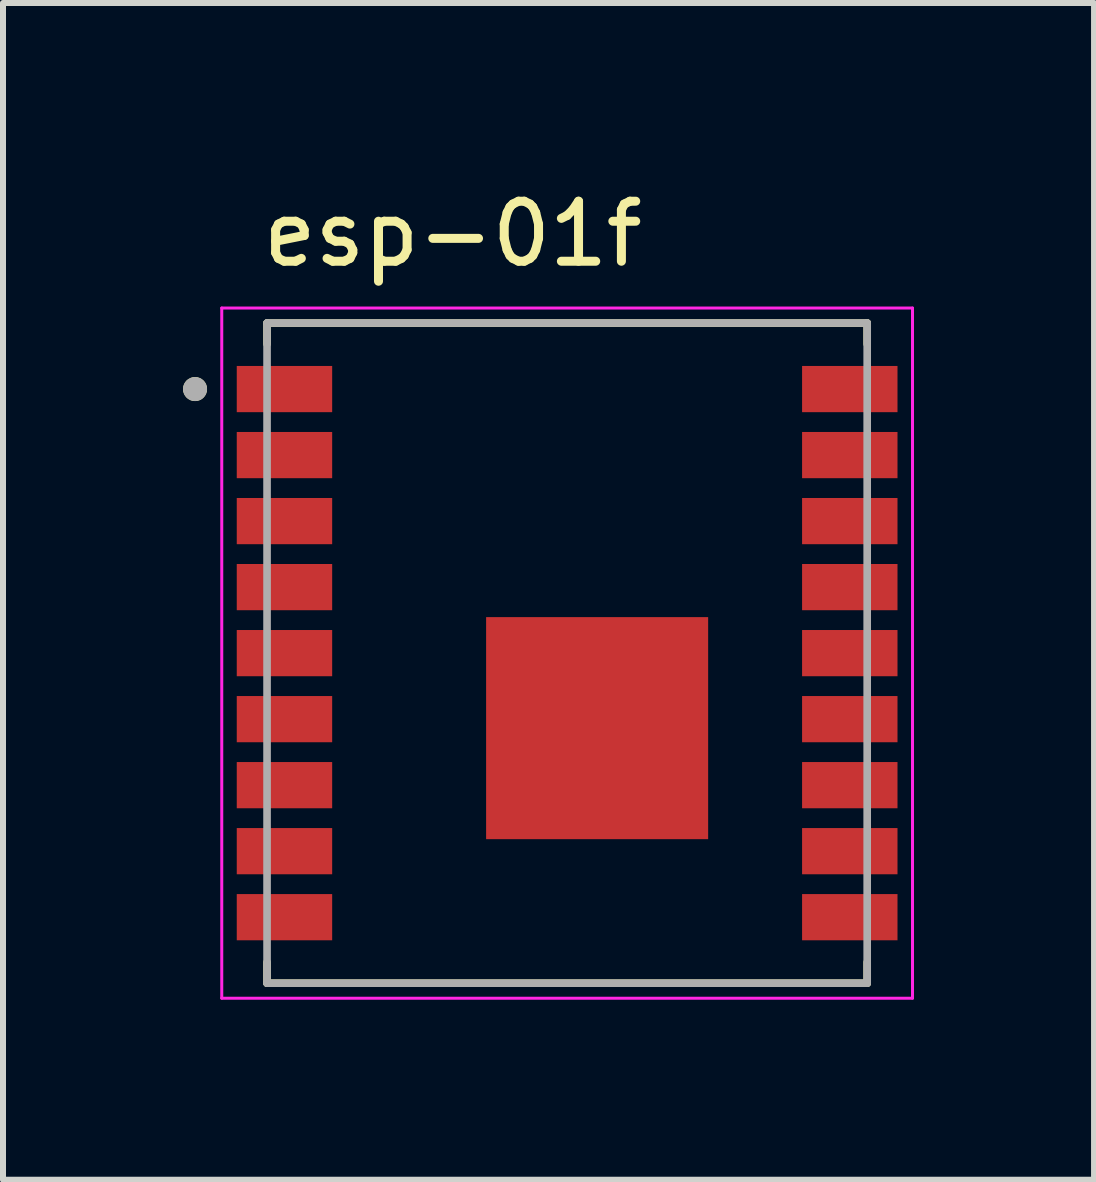
<source format=kicad_pcb>
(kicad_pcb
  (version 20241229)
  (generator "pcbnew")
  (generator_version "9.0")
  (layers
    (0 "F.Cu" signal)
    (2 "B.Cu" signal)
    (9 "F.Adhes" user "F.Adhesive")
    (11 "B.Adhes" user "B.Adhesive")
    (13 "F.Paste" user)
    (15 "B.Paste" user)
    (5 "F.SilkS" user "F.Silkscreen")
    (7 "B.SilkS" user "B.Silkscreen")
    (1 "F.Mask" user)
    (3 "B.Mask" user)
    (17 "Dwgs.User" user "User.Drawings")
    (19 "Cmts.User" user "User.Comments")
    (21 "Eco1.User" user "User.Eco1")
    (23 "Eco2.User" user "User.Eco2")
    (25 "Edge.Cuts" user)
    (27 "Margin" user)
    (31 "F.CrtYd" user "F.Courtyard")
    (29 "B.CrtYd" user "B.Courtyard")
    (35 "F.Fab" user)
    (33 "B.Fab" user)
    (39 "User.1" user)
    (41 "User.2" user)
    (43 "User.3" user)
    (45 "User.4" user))
  (footprint "esp-01f"
    (layer "F.Cu")
    (at 6.4 7.833)
    (property "Reference" "esp-01f" (at -1.905 -6.985 0) (layer "F.SilkS") (effects (font (size 1 1) (thickness 0.15))))
    (attr smd)
    (fp_line (start -5 -5.5) (end 5 -5.5) (stroke (width 0.127) (type solid)) (layer "F.SilkS"))
    (fp_line (start -5 -5.15) (end -5 -5.5) (stroke (width 0.127) (type solid)) (layer "F.SilkS"))
    (fp_line (start -5 5.15) (end -5 5.5) (stroke (width 0.127) (type solid)) (layer "F.SilkS"))
    (fp_line (start -5 5.5) (end 5 5.5) (stroke (width 0.127) (type solid)) (layer "F.SilkS"))
    (fp_line (start 5 -5.5) (end 5 -5.15) (stroke (width 0.127) (type solid)) (layer "F.SilkS"))
    (fp_line (start 5 5.5) (end 5 5.15) (stroke (width 0.127) (type solid)) (layer "F.SilkS"))
    (fp_circle (center -6.2 -4.4) (end -6.1 -4.4) (stroke (width 0.2) (type solid)) (fill no) (layer "F.SilkS"))
    (fp_poly (pts (xy -0.67 0.08) (xy 1.67 0.08) (xy 1.67 2.42) (xy -0.67 2.42)) (stroke (width 0.01) (type solid)) (fill yes) (layer "F.Paste"))
    (fp_line (start -5.755 -5.75) (end 5.755 -5.75) (stroke (width 0.05) (type solid)) (layer "F.CrtYd"))
    (fp_line (start -5.755 5.75) (end -5.755 -5.75) (stroke (width 0.05) (type solid)) (layer "F.CrtYd"))
    (fp_line (start 5.755 -5.75) (end 5.755 5.75) (stroke (width 0.05) (type solid)) (layer "F.CrtYd"))
    (fp_line (start 5.755 5.75) (end -5.755 5.75) (stroke (width 0.05) (type solid)) (layer "F.CrtYd"))
    (fp_line (start -5 -5.5) (end 5 -5.5) (stroke (width 0.127) (type solid)) (layer "F.Fab"))
    (fp_line (start -5 5.5) (end -5 -5.5) (stroke (width 0.127) (type solid)) (layer "F.Fab"))
    (fp_line (start 5 -5.5) (end 5 5.5) (stroke (width 0.127) (type solid)) (layer "F.Fab"))
    (fp_line (start 5 5.5) (end -5 5.5) (stroke (width 0.127) (type solid)) (layer "F.Fab"))
    (fp_circle (center -6.2 -4.4) (end -6.1 -4.4) (stroke (width 0.2) (type solid)) (fill no) (layer "F.Fab"))
    (pad "1" smd rect (at -4.71 -4.4) (size 1.59 0.77) (layers "F.Cu" "F.Mask" "F.Paste"))
    (pad "2" smd rect (at -4.71 -3.3) (size 1.59 0.77) (layers "F.Cu" "F.Mask" "F.Paste"))
    (pad "3" smd rect (at -4.71 -2.2) (size 1.59 0.77) (layers "F.Cu" "F.Mask" "F.Paste"))
    (pad "4" smd rect (at -4.71 -1.1) (size 1.59 0.77) (layers "F.Cu" "F.Mask" "F.Paste"))
    (pad "5" smd rect (at -4.71 0) (size 1.59 0.77) (layers "F.Cu" "F.Mask" "F.Paste"))
    (pad "6" smd rect (at -4.71 1.1) (size 1.59 0.77) (layers "F.Cu" "F.Mask" "F.Paste"))
    (pad "7" smd rect (at -4.71 2.2) (size 1.59 0.77) (layers "F.Cu" "F.Mask" "F.Paste"))
    (pad "8" smd rect (at -4.71 3.3) (size 1.59 0.77) (layers "F.Cu" "F.Mask" "F.Paste"))
    (pad "9" smd rect (at -4.71 4.4) (size 1.59 0.77) (layers "F.Cu" "F.Mask" "F.Paste"))
    (pad "10" smd rect (at 4.71 4.4) (size 1.59 0.77) (layers "F.Cu" "F.Mask" "F.Paste"))
    (pad "11" smd rect (at 4.71 3.3) (size 1.59 0.77) (layers "F.Cu" "F.Mask" "F.Paste"))
    (pad "12" smd rect (at 4.71 2.2) (size 1.59 0.77) (layers "F.Cu" "F.Mask" "F.Paste"))
    (pad "13" smd rect (at 4.71 1.1) (size 1.59 0.77) (layers "F.Cu" "F.Mask" "F.Paste"))
    (pad "14" smd rect (at 4.71 0) (size 1.59 0.77) (layers "F.Cu" "F.Mask" "F.Paste"))
    (pad "15" smd rect (at 4.71 -1.1) (size 1.59 0.77) (layers "F.Cu" "F.Mask" "F.Paste"))
    (pad "16" smd rect (at 4.71 -2.2) (size 1.59 0.77) (layers "F.Cu" "F.Mask" "F.Paste"))
    (pad "17" smd rect (at 4.71 -3.3) (size 1.59 0.77) (layers "F.Cu" "F.Mask" "F.Paste"))
    (pad "18" smd rect (at 4.71 -4.4) (size 1.59 0.77) (layers "F.Cu" "F.Mask" "F.Paste"))
    (pad "19" smd rect (at 0.5 1.25) (size 3.7 3.7) (layers "F.Cu" "F.Mask")))
  (gr_rect
    (start -3 -3)
    (end 15.18 16.608)
    (stroke (width 0.1) (type default))
    (fill no)
    (layer "Edge.Cuts")))
</source>
